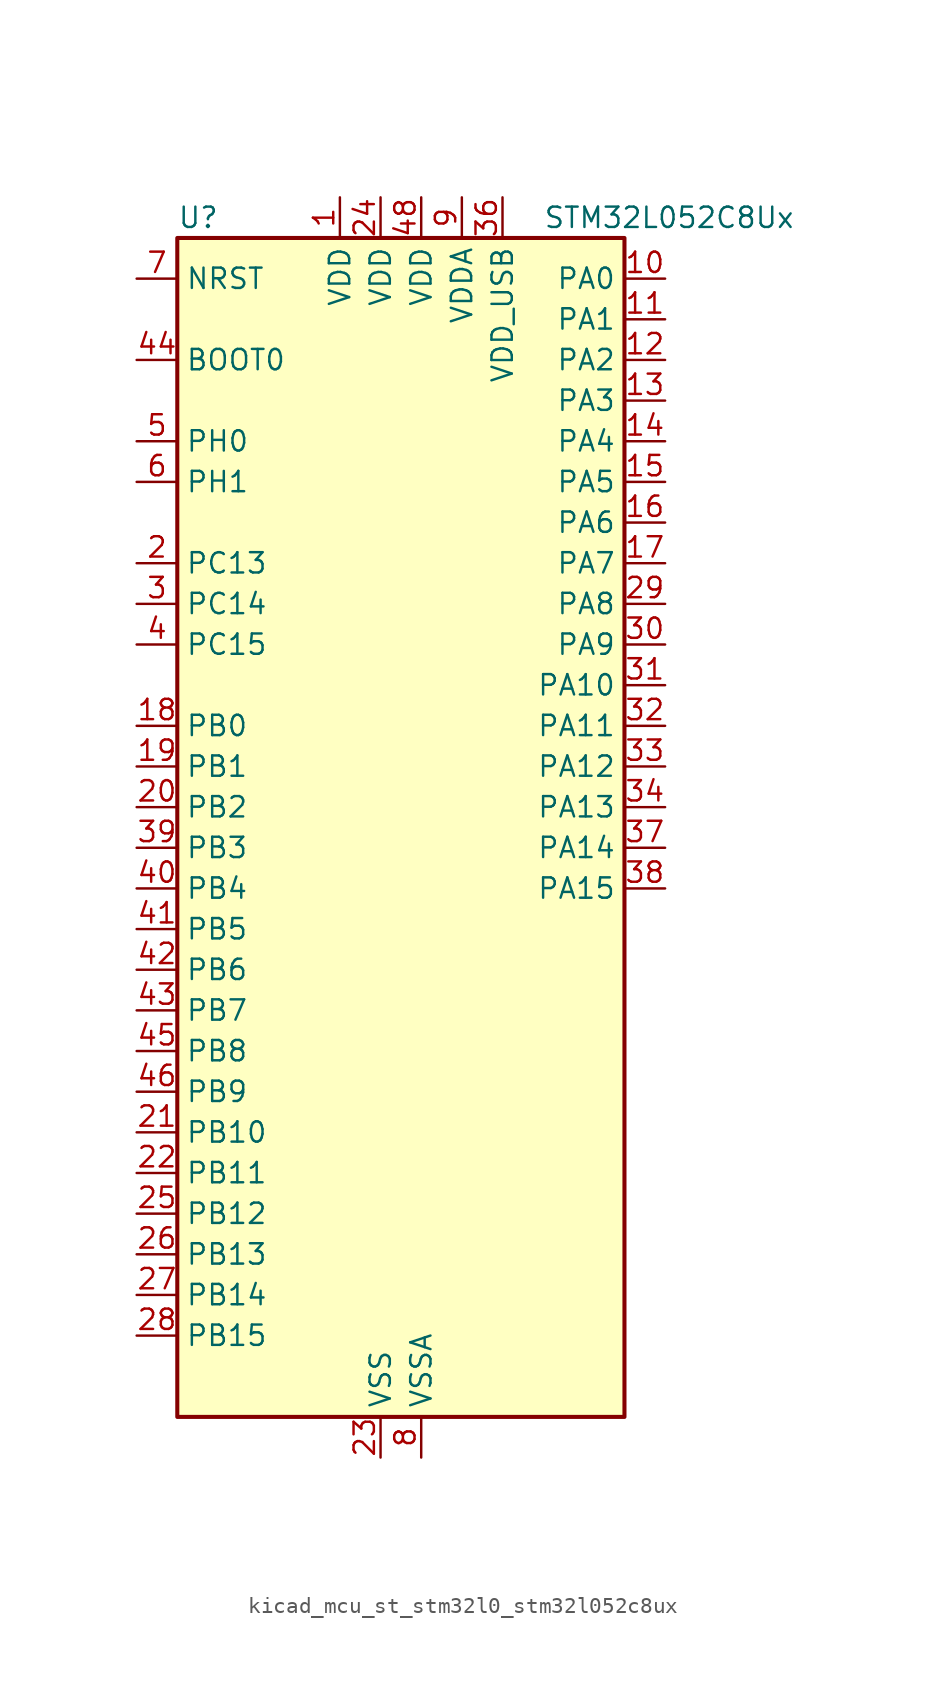
<source format=kicad_sym>
(kicad_symbol_lib
  (version 20220914)
  (generator kicad_symbol_editor)
  (symbol "kicad_mcu_st_stm32l0_stm32l052c8ux"
    (property "Reference" "U"
      (at -12.7 39.37 0)
      (effects (font (size 1.27 1.27)) (justify left)))
    (property "Value" "STM32L052C8Ux"
      (at 10.16 39.37 0)
      (effects (font (size 1.27 1.27)) (justify left)))
    (property "ki_locked" ""
      (at 0 0 0)
      (effects (font (size 1.27 1.27))))
    (symbol "kicad_mcu_st_stm32l0_stm32l052c8ux_0_1"
      (rectangle (start -12.7 -35.56) (end 15.24 38.1) (stroke (width 0.254) (type default)) (fill (type background))))
    (symbol "kicad_mcu_st_stm32l0_stm32l052c8ux_1_1"
      (pin power_in line (at -2.54 40.64 270) (length 2.54) (name "VDD" (effects (font (size 1.27 1.27)))) (number "1" (effects (font (size 1.27 1.27)))))
      (pin bidirectional line (at 17.78 35.56 180) (length 2.54) (name "PA0" (effects (font (size 1.27 1.27)))) (number "10" (effects (font (size 1.27 1.27)))) (alternate "ADC_IN0" bidirectional line) (alternate "COMP1_INM" bidirectional line) (alternate "COMP1_OUT" bidirectional line) (alternate "RTC_TAMP2" bidirectional line) (alternate "SYS_WKUP1" bidirectional line) (alternate "TIM2_CH1" bidirectional line) (alternate "TIM2_ETR" bidirectional line) (alternate "TSC_G1_IO1" bidirectional line) (alternate "USART2_CTS" bidirectional line))
      (pin bidirectional line (at 17.78 33.02 180) (length 2.54) (name "PA1" (effects (font (size 1.27 1.27)))) (number "11" (effects (font (size 1.27 1.27)))) (alternate "ADC_IN1" bidirectional line) (alternate "COMP1_INP" bidirectional line) (alternate "TIM21_ETR" bidirectional line) (alternate "TIM2_CH2" bidirectional line) (alternate "TSC_G1_IO2" bidirectional line) (alternate "USART2_DE" bidirectional line) (alternate "USART2_RTS" bidirectional line))
      (pin bidirectional line (at 17.78 30.48 180) (length 2.54) (name "PA2" (effects (font (size 1.27 1.27)))) (number "12" (effects (font (size 1.27 1.27)))) (alternate "ADC_IN2" bidirectional line) (alternate "COMP2_INM" bidirectional line) (alternate "COMP2_OUT" bidirectional line) (alternate "TIM21_CH1" bidirectional line) (alternate "TIM2_CH3" bidirectional line) (alternate "TSC_G1_IO3" bidirectional line) (alternate "USART2_TX" bidirectional line))
      (pin bidirectional line (at 17.78 27.94 180) (length 2.54) (name "PA3" (effects (font (size 1.27 1.27)))) (number "13" (effects (font (size 1.27 1.27)))) (alternate "ADC_IN3" bidirectional line) (alternate "COMP2_INP" bidirectional line) (alternate "TIM21_CH2" bidirectional line) (alternate "TIM2_CH4" bidirectional line) (alternate "TSC_G1_IO4" bidirectional line) (alternate "USART2_RX" bidirectional line))
      (pin bidirectional line (at 17.78 25.4 180) (length 2.54) (name "PA4" (effects (font (size 1.27 1.27)))) (number "14" (effects (font (size 1.27 1.27)))) (alternate "ADC_IN4" bidirectional line) (alternate "COMP1_INM" bidirectional line) (alternate "COMP2_INM" bidirectional line) (alternate "DAC_OUT1" bidirectional line) (alternate "SPI1_NSS" bidirectional line) (alternate "TIM22_ETR" bidirectional line) (alternate "TSC_G2_IO1" bidirectional line) (alternate "USART2_CK" bidirectional line))
      (pin bidirectional line (at 17.78 22.86 180) (length 2.54) (name "PA5" (effects (font (size 1.27 1.27)))) (number "15" (effects (font (size 1.27 1.27)))) (alternate "ADC_IN5" bidirectional line) (alternate "COMP1_INM" bidirectional line) (alternate "COMP2_INM" bidirectional line) (alternate "SPI1_SCK" bidirectional line) (alternate "TIM2_CH1" bidirectional line) (alternate "TIM2_ETR" bidirectional line) (alternate "TSC_G2_IO2" bidirectional line))
      (pin bidirectional line (at 17.78 20.32 180) (length 2.54) (name "PA6" (effects (font (size 1.27 1.27)))) (number "16" (effects (font (size 1.27 1.27)))) (alternate "ADC_IN6" bidirectional line) (alternate "COMP1_OUT" bidirectional line) (alternate "LPUART1_CTS" bidirectional line) (alternate "SPI1_MISO" bidirectional line) (alternate "TIM22_CH1" bidirectional line) (alternate "TSC_G2_IO3" bidirectional line))
      (pin bidirectional line (at 17.78 17.78 180) (length 2.54) (name "PA7" (effects (font (size 1.27 1.27)))) (number "17" (effects (font (size 1.27 1.27)))) (alternate "ADC_IN7" bidirectional line) (alternate "COMP2_OUT" bidirectional line) (alternate "SPI1_MOSI" bidirectional line) (alternate "TIM22_CH2" bidirectional line) (alternate "TSC_G2_IO4" bidirectional line))
      (pin bidirectional line (at -15.24 7.62 0) (length 2.54) (name "PB0" (effects (font (size 1.27 1.27)))) (number "18" (effects (font (size 1.27 1.27)))) (alternate "ADC_IN8" bidirectional line) (alternate "SYS_VREF_OUT_PB0" bidirectional line) (alternate "TSC_G3_IO2" bidirectional line))
      (pin bidirectional line (at -15.24 5.08 0) (length 2.54) (name "PB1" (effects (font (size 1.27 1.27)))) (number "19" (effects (font (size 1.27 1.27)))) (alternate "ADC_IN9" bidirectional line) (alternate "LPUART1_DE" bidirectional line) (alternate "LPUART1_RTS" bidirectional line) (alternate "SYS_VREF_OUT_PB1" bidirectional line) (alternate "TSC_G3_IO3" bidirectional line))
      (pin bidirectional line (at -15.24 17.78 0) (length 2.54) (name "PC13" (effects (font (size 1.27 1.27)))) (number "2" (effects (font (size 1.27 1.27)))) (alternate "RTC_OUT_ALARM" bidirectional line) (alternate "RTC_OUT_CALIB" bidirectional line) (alternate "RTC_TAMP1" bidirectional line) (alternate "RTC_TS" bidirectional line) (alternate "SYS_WKUP2" bidirectional line))
      (pin bidirectional line (at -15.24 2.54 0) (length 2.54) (name "PB2" (effects (font (size 1.27 1.27)))) (number "20" (effects (font (size 1.27 1.27)))) (alternate "LPTIM1_OUT" bidirectional line) (alternate "TSC_G3_IO4" bidirectional line))
      (pin bidirectional line (at -15.24 -17.78 0) (length 2.54) (name "PB10" (effects (font (size 1.27 1.27)))) (number "21" (effects (font (size 1.27 1.27)))) (alternate "I2C2_SCL" bidirectional line) (alternate "LPUART1_TX" bidirectional line) (alternate "SPI2_SCK" bidirectional line) (alternate "TIM2_CH3" bidirectional line) (alternate "TSC_SYNC" bidirectional line))
      (pin bidirectional line (at -15.24 -20.32 0) (length 2.54) (name "PB11" (effects (font (size 1.27 1.27)))) (number "22" (effects (font (size 1.27 1.27)))) (alternate "ADC_EXTI11" bidirectional line) (alternate "I2C2_SDA" bidirectional line) (alternate "LPUART1_RX" bidirectional line) (alternate "TIM2_CH4" bidirectional line) (alternate "TSC_G6_IO1" bidirectional line))
      (pin power_in line (at 0 -38.1 90) (length 2.54) (name "VSS" (effects (font (size 1.27 1.27)))) (number "23" (effects (font (size 1.27 1.27)))))
      (pin power_in line (at 0 40.64 270) (length 2.54) (name "VDD" (effects (font (size 1.27 1.27)))) (number "24" (effects (font (size 1.27 1.27)))))
      (pin bidirectional line (at -15.24 -22.86 0) (length 2.54) (name "PB12" (effects (font (size 1.27 1.27)))) (number "25" (effects (font (size 1.27 1.27)))) (alternate "I2S2_WS" bidirectional line) (alternate "LPUART1_DE" bidirectional line) (alternate "LPUART1_RTS" bidirectional line) (alternate "SPI2_NSS" bidirectional line) (alternate "TSC_G6_IO2" bidirectional line))
      (pin bidirectional line (at -15.24 -25.4 0) (length 2.54) (name "PB13" (effects (font (size 1.27 1.27)))) (number "26" (effects (font (size 1.27 1.27)))) (alternate "I2C2_SCL" bidirectional line) (alternate "I2S2_CK" bidirectional line) (alternate "LPUART1_CTS" bidirectional line) (alternate "SPI2_SCK" bidirectional line) (alternate "TIM21_CH1" bidirectional line) (alternate "TSC_G6_IO3" bidirectional line))
      (pin bidirectional line (at -15.24 -27.94 0) (length 2.54) (name "PB14" (effects (font (size 1.27 1.27)))) (number "27" (effects (font (size 1.27 1.27)))) (alternate "I2C2_SDA" bidirectional line) (alternate "I2S2_MCK" bidirectional line) (alternate "LPUART1_DE" bidirectional line) (alternate "LPUART1_RTS" bidirectional line) (alternate "RTC_OUT_ALARM" bidirectional line) (alternate "RTC_OUT_CALIB" bidirectional line) (alternate "SPI2_MISO" bidirectional line) (alternate "TIM21_CH2" bidirectional line) (alternate "TSC_G6_IO4" bidirectional line))
      (pin bidirectional line (at -15.24 -30.48 0) (length 2.54) (name "PB15" (effects (font (size 1.27 1.27)))) (number "28" (effects (font (size 1.27 1.27)))) (alternate "I2S2_SD" bidirectional line) (alternate "RTC_REFIN" bidirectional line) (alternate "SPI2_MOSI" bidirectional line))
      (pin bidirectional line (at 17.78 15.24 180) (length 2.54) (name "PA8" (effects (font (size 1.27 1.27)))) (number "29" (effects (font (size 1.27 1.27)))) (alternate "CRS_SYNC" bidirectional line) (alternate "RCC_MCO" bidirectional line) (alternate "USART1_CK" bidirectional line))
      (pin bidirectional line (at -15.24 15.24 0) (length 2.54) (name "PC14" (effects (font (size 1.27 1.27)))) (number "3" (effects (font (size 1.27 1.27)))) (alternate "RCC_OSC32_IN" bidirectional line))
      (pin bidirectional line (at 17.78 12.7 180) (length 2.54) (name "PA9" (effects (font (size 1.27 1.27)))) (number "30" (effects (font (size 1.27 1.27)))) (alternate "DAC_EXTI9" bidirectional line) (alternate "RCC_MCO" bidirectional line) (alternate "TSC_G4_IO1" bidirectional line) (alternate "USART1_TX" bidirectional line))
      (pin bidirectional line (at 17.78 10.16 180) (length 2.54) (name "PA10" (effects (font (size 1.27 1.27)))) (number "31" (effects (font (size 1.27 1.27)))) (alternate "TSC_G4_IO2" bidirectional line) (alternate "USART1_RX" bidirectional line))
      (pin bidirectional line (at 17.78 7.62 180) (length 2.54) (name "PA11" (effects (font (size 1.27 1.27)))) (number "32" (effects (font (size 1.27 1.27)))) (alternate "ADC_EXTI11" bidirectional line) (alternate "COMP1_OUT" bidirectional line) (alternate "SPI1_MISO" bidirectional line) (alternate "TSC_G4_IO3" bidirectional line) (alternate "USART1_CTS" bidirectional line) (alternate "USB_DM" bidirectional line))
      (pin bidirectional line (at 17.78 5.08 180) (length 2.54) (name "PA12" (effects (font (size 1.27 1.27)))) (number "33" (effects (font (size 1.27 1.27)))) (alternate "COMP2_OUT" bidirectional line) (alternate "SPI1_MOSI" bidirectional line) (alternate "TSC_G4_IO4" bidirectional line) (alternate "USART1_DE" bidirectional line) (alternate "USART1_RTS" bidirectional line) (alternate "USB_DP" bidirectional line))
      (pin bidirectional line (at 17.78 2.54 180) (length 2.54) (name "PA13" (effects (font (size 1.27 1.27)))) (number "34" (effects (font (size 1.27 1.27)))) (alternate "SYS_SWDIO" bidirectional line) (alternate "USB_NOE" bidirectional line))
      (pin passive line (at 0 -38.1 90) (length 2.54) hide (name "VSS" (effects (font (size 1.27 1.27)))) (number "35" (effects (font (size 1.27 1.27)))))
      (pin power_in line (at 7.62 40.64 270) (length 2.54) (name "VDD_USB" (effects (font (size 1.27 1.27)))) (number "36" (effects (font (size 1.27 1.27)))))
      (pin bidirectional line (at 17.78 0 180) (length 2.54) (name "PA14" (effects (font (size 1.27 1.27)))) (number "37" (effects (font (size 1.27 1.27)))) (alternate "SYS_SWCLK" bidirectional line) (alternate "USART2_TX" bidirectional line))
      (pin bidirectional line (at 17.78 -2.54 180) (length 2.54) (name "PA15" (effects (font (size 1.27 1.27)))) (number "38" (effects (font (size 1.27 1.27)))) (alternate "SPI1_NSS" bidirectional line) (alternate "TIM2_CH1" bidirectional line) (alternate "TIM2_ETR" bidirectional line) (alternate "USART2_RX" bidirectional line))
      (pin bidirectional line (at -15.24 0 0) (length 2.54) (name "PB3" (effects (font (size 1.27 1.27)))) (number "39" (effects (font (size 1.27 1.27)))) (alternate "COMP2_INM" bidirectional line) (alternate "SPI1_SCK" bidirectional line) (alternate "TIM2_CH2" bidirectional line) (alternate "TSC_G5_IO1" bidirectional line))
      (pin bidirectional line (at -15.24 12.7 0) (length 2.54) (name "PC15" (effects (font (size 1.27 1.27)))) (number "4" (effects (font (size 1.27 1.27)))) (alternate "RCC_OSC32_OUT" bidirectional line))
      (pin bidirectional line (at -15.24 -2.54 0) (length 2.54) (name "PB4" (effects (font (size 1.27 1.27)))) (number "40" (effects (font (size 1.27 1.27)))) (alternate "COMP2_INP" bidirectional line) (alternate "SPI1_MISO" bidirectional line) (alternate "TIM22_CH1" bidirectional line) (alternate "TSC_G5_IO2" bidirectional line))
      (pin bidirectional line (at -15.24 -5.08 0) (length 2.54) (name "PB5" (effects (font (size 1.27 1.27)))) (number "41" (effects (font (size 1.27 1.27)))) (alternate "COMP2_INP" bidirectional line) (alternate "I2C1_SMBA" bidirectional line) (alternate "LPTIM1_IN1" bidirectional line) (alternate "SPI1_MOSI" bidirectional line) (alternate "TIM22_CH2" bidirectional line))
      (pin bidirectional line (at -15.24 -7.62 0) (length 2.54) (name "PB6" (effects (font (size 1.27 1.27)))) (number "42" (effects (font (size 1.27 1.27)))) (alternate "COMP2_INP" bidirectional line) (alternate "I2C1_SCL" bidirectional line) (alternate "LPTIM1_ETR" bidirectional line) (alternate "TSC_G5_IO3" bidirectional line) (alternate "USART1_TX" bidirectional line))
      (pin bidirectional line (at -15.24 -10.16 0) (length 2.54) (name "PB7" (effects (font (size 1.27 1.27)))) (number "43" (effects (font (size 1.27 1.27)))) (alternate "COMP2_INP" bidirectional line) (alternate "I2C1_SDA" bidirectional line) (alternate "LPTIM1_IN2" bidirectional line) (alternate "SYS_PVD_IN" bidirectional line) (alternate "TSC_G5_IO4" bidirectional line) (alternate "USART1_RX" bidirectional line))
      (pin input line (at -15.24 30.48 0) (length 2.54) (name "BOOT0" (effects (font (size 1.27 1.27)))) (number "44" (effects (font (size 1.27 1.27)))))
      (pin bidirectional line (at -15.24 -12.7 0) (length 2.54) (name "PB8" (effects (font (size 1.27 1.27)))) (number "45" (effects (font (size 1.27 1.27)))) (alternate "I2C1_SCL" bidirectional line) (alternate "TSC_SYNC" bidirectional line))
      (pin bidirectional line (at -15.24 -15.24 0) (length 2.54) (name "PB9" (effects (font (size 1.27 1.27)))) (number "46" (effects (font (size 1.27 1.27)))) (alternate "DAC_EXTI9" bidirectional line) (alternate "I2C1_SDA" bidirectional line) (alternate "I2S2_WS" bidirectional line) (alternate "SPI2_NSS" bidirectional line))
      (pin passive line (at 0 -38.1 90) (length 2.54) hide (name "VSS" (effects (font (size 1.27 1.27)))) (number "47" (effects (font (size 1.27 1.27)))))
      (pin power_in line (at 2.54 40.64 270) (length 2.54) (name "VDD" (effects (font (size 1.27 1.27)))) (number "48" (effects (font (size 1.27 1.27)))))
      (pin passive line (at 0 -38.1 90) (length 2.54) hide (name "VSS" (effects (font (size 1.27 1.27)))) (number "49" (effects (font (size 1.27 1.27)))))
      (pin bidirectional line (at -15.24 25.4 0) (length 2.54) (name "PH0" (effects (font (size 1.27 1.27)))) (number "5" (effects (font (size 1.27 1.27)))) (alternate "CRS_SYNC" bidirectional line) (alternate "RCC_OSC_IN" bidirectional line))
      (pin bidirectional line (at -15.24 22.86 0) (length 2.54) (name "PH1" (effects (font (size 1.27 1.27)))) (number "6" (effects (font (size 1.27 1.27)))) (alternate "RCC_OSC_OUT" bidirectional line))
      (pin input line (at -15.24 35.56 0) (length 2.54) (name "NRST" (effects (font (size 1.27 1.27)))) (number "7" (effects (font (size 1.27 1.27)))))
      (pin power_in line (at 2.54 -38.1 90) (length 2.54) (name "VSSA" (effects (font (size 1.27 1.27)))) (number "8" (effects (font (size 1.27 1.27)))))
      (pin power_in line (at 5.08 40.64 270) (length 2.54) (name "VDDA" (effects (font (size 1.27 1.27)))) (number "9" (effects (font (size 1.27 1.27))))))))
</source>
